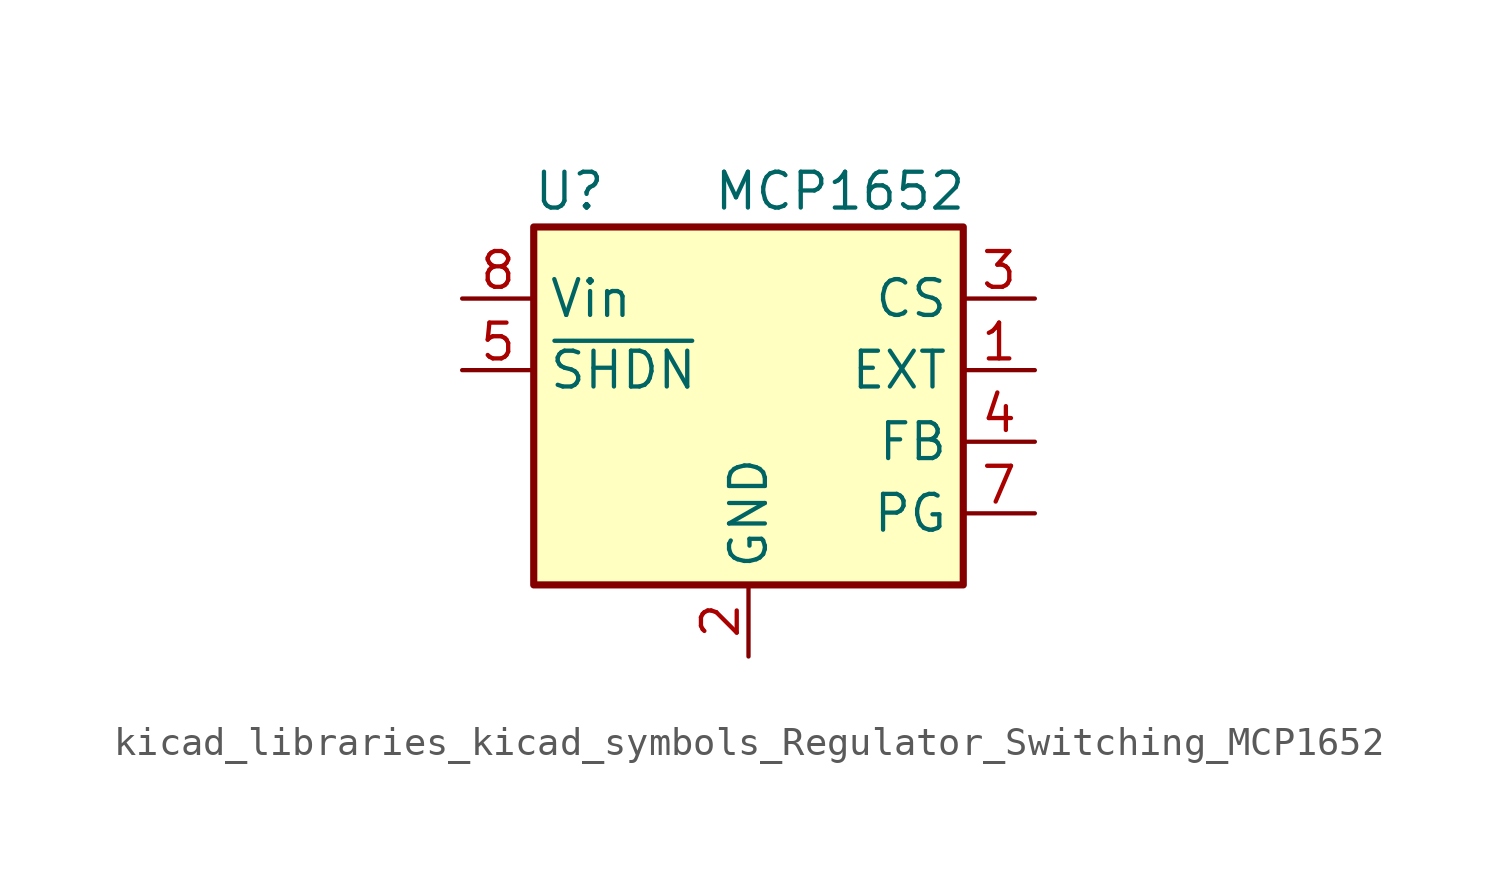
<source format=kicad_sym>
(kicad_symbol_lib
  (version 20220914)
  (generator kicad_symbol_editor)
  (symbol "kicad_libraries_kicad_symbols_Regulator_Switching_MCP1652"
    (property "Reference" "U"
      (at -6.35 6.35 0)
      (effects (font (size 1.27 1.27))))
    (property "Value" "MCP1652"
      (at -1.27 6.35 0)
      (effects (font (size 1.27 1.27)) (justify left)))
    (symbol "kicad_libraries_kicad_symbols_Regulator_Switching_MCP1652_0_1"
      (rectangle (start -7.62 5.08) (end 7.62 -7.62) (stroke (width 0.254) (type default)) (fill (type background))))
    (symbol "kicad_libraries_kicad_symbols_Regulator_Switching_MCP1652_1_1"
      (pin open_emitter line (at 10.16 0 180) (length 2.54) (name "EXT" (effects (font (size 1.27 1.27)))) (number "1" (effects (font (size 1.27 1.27)))))
      (pin power_in line (at 0 -10.16 90) (length 2.54) (name "GND" (effects (font (size 1.27 1.27)))) (number "2" (effects (font (size 1.27 1.27)))))
      (pin input line (at 10.16 2.54 180) (length 2.54) (name "CS" (effects (font (size 1.27 1.27)))) (number "3" (effects (font (size 1.27 1.27)))))
      (pin input line (at 10.16 -2.54 180) (length 2.54) (name "FB" (effects (font (size 1.27 1.27)))) (number "4" (effects (font (size 1.27 1.27)))))
      (pin input line (at -10.16 0 0) (length 2.54) (name "~{SHDN}" (effects (font (size 1.27 1.27)))) (number "5" (effects (font (size 1.27 1.27)))))
      (pin no_connect line (at -2.54 -7.62 90) (length 2.54) hide (name "NC" (effects (font (size 1.27 1.27)))) (number "6" (effects (font (size 1.27 1.27)))))
      (pin output line (at 10.16 -5.08 180) (length 2.54) (name "PG" (effects (font (size 1.27 1.27)))) (number "7" (effects (font (size 1.27 1.27)))))
      (pin power_in line (at -10.16 2.54 0) (length 2.54) (name "Vin" (effects (font (size 1.27 1.27)))) (number "8" (effects (font (size 1.27 1.27))))))))
</source>
